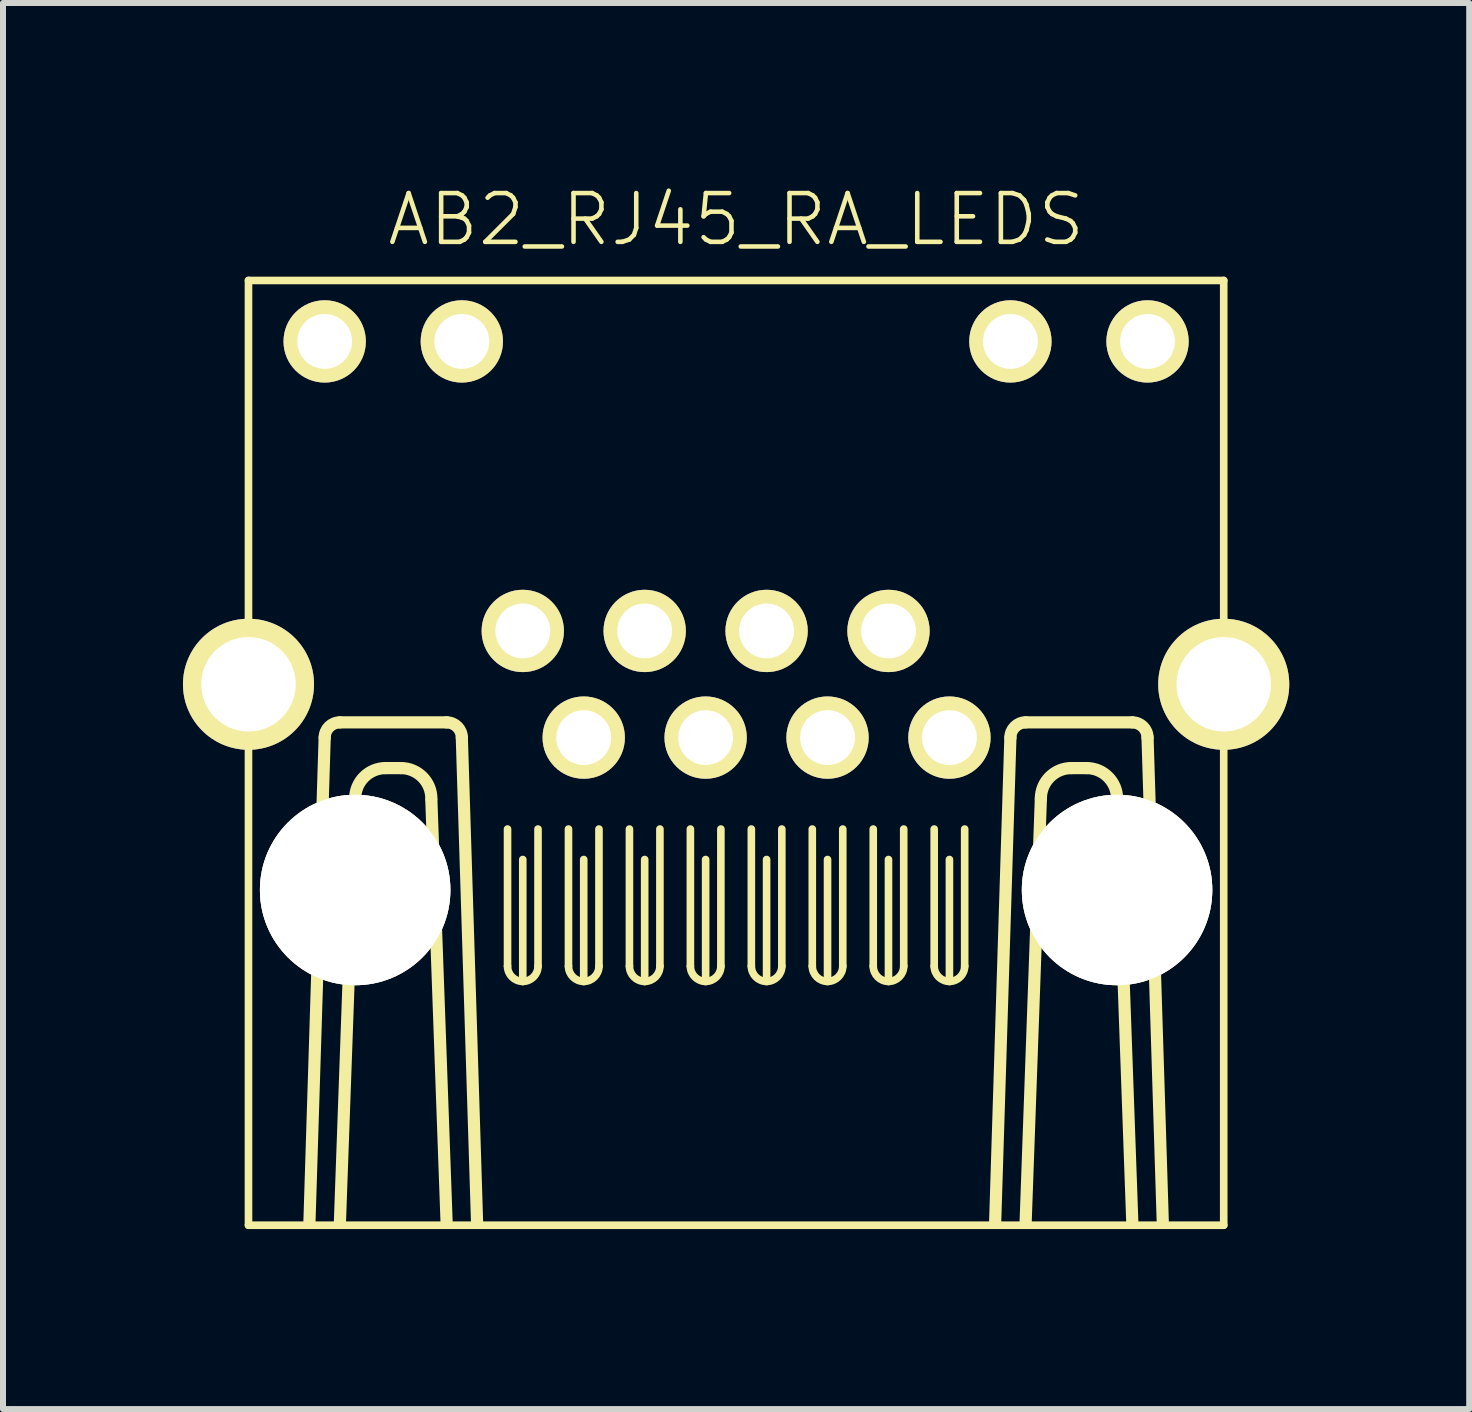
<source format=kicad_pcb>
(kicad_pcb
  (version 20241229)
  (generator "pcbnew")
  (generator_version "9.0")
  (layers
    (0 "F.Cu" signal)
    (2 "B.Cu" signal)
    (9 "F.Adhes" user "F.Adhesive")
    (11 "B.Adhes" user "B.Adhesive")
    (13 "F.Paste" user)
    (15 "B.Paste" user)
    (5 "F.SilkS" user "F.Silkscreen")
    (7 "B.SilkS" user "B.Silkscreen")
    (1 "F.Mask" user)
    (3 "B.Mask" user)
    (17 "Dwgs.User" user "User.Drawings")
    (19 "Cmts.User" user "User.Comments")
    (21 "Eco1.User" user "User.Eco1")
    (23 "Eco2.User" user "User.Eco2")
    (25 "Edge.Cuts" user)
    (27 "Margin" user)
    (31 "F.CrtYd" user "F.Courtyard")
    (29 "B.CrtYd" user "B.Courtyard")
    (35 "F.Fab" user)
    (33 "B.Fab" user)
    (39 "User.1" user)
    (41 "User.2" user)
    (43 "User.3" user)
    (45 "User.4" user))
  (footprint "AB2_RJ45_RA_LEDS"
    (layer "F.Cu")
    (at 9.22 9.499)
    (property "Reference" "AB2_RJ45_RA_LEDS" (at 0 -8.89 0) (layer "F.SilkS") (effects (font (size 0.813 0.813) (thickness 0.076))))
    (attr through_hole)
    (fp_line (start -8.128 -7.874) (end 8.128 -7.874) (stroke (width 0.127) (type solid)) (layer "F.SilkS"))
    (fp_line (start -8.128 7.874) (end -8.128 -7.874) (stroke (width 0.127) (type solid)) (layer "F.SilkS"))
    (fp_line (start -7.112 7.823) (end -6.858 -0.254) (stroke (width 0.203) (type solid)) (layer "F.SilkS"))
    (fp_line (start -6.604 -0.508) (end -4.826 -0.508) (stroke (width 0.203) (type solid)) (layer "F.SilkS"))
    (fp_line (start -6.35 0.762) (end -6.604 7.823) (stroke (width 0.203) (type solid)) (layer "F.SilkS"))
    (fp_line (start -5.842 0.254) (end -5.588 0.254) (stroke (width 0.203) (type solid)) (layer "F.SilkS"))
    (fp_line (start -4.826 7.823) (end -5.08 0.787) (stroke (width 0.203) (type solid)) (layer "F.SilkS"))
    (fp_line (start -4.572 -0.254) (end -4.318 7.823) (stroke (width 0.203) (type solid)) (layer "F.SilkS"))
    (fp_line (start -3.81 1.27) (end -3.81 3.556) (stroke (width 0.127) (type solid)) (layer "F.SilkS"))
    (fp_line (start -3.556 3.81) (end -3.556 1.778) (stroke (width 0.127) (type solid)) (layer "F.SilkS"))
    (fp_line (start -3.302 3.556) (end -3.302 1.27) (stroke (width 0.127) (type solid)) (layer "F.SilkS"))
    (fp_line (start -2.794 1.27) (end -2.794 3.556) (stroke (width 0.127) (type solid)) (layer "F.SilkS"))
    (fp_line (start -2.54 3.81) (end -2.54 1.778) (stroke (width 0.127) (type solid)) (layer "F.SilkS"))
    (fp_line (start -2.286 3.556) (end -2.286 1.27) (stroke (width 0.127) (type solid)) (layer "F.SilkS"))
    (fp_line (start -1.778 1.27) (end -1.778 3.556) (stroke (width 0.127) (type solid)) (layer "F.SilkS"))
    (fp_line (start -1.524 3.81) (end -1.524 1.778) (stroke (width 0.127) (type solid)) (layer "F.SilkS"))
    (fp_line (start -1.27 3.556) (end -1.27 1.27) (stroke (width 0.127) (type solid)) (layer "F.SilkS"))
    (fp_line (start -0.762 1.27) (end -0.762 3.556) (stroke (width 0.127) (type solid)) (layer "F.SilkS"))
    (fp_line (start -0.508 3.81) (end -0.508 1.778) (stroke (width 0.127) (type solid)) (layer "F.SilkS"))
    (fp_line (start -0.254 3.556) (end -0.254 1.27) (stroke (width 0.127) (type solid)) (layer "F.SilkS"))
    (fp_line (start 0.254 1.27) (end 0.254 3.556) (stroke (width 0.127) (type solid)) (layer "F.SilkS"))
    (fp_line (start 0.508 3.81) (end 0.508 1.778) (stroke (width 0.127) (type solid)) (layer "F.SilkS"))
    (fp_line (start 0.762 3.556) (end 0.762 1.27) (stroke (width 0.127) (type solid)) (layer "F.SilkS"))
    (fp_line (start 1.27 1.27) (end 1.27 3.556) (stroke (width 0.127) (type solid)) (layer "F.SilkS"))
    (fp_line (start 1.524 3.81) (end 1.524 1.778) (stroke (width 0.127) (type solid)) (layer "F.SilkS"))
    (fp_line (start 1.778 3.556) (end 1.778 1.27) (stroke (width 0.127) (type solid)) (layer "F.SilkS"))
    (fp_line (start 2.286 1.27) (end 2.286 3.556) (stroke (width 0.127) (type solid)) (layer "F.SilkS"))
    (fp_line (start 2.54 3.81) (end 2.54 1.778) (stroke (width 0.127) (type solid)) (layer "F.SilkS"))
    (fp_line (start 2.794 3.556) (end 2.794 1.27) (stroke (width 0.127) (type solid)) (layer "F.SilkS"))
    (fp_line (start 3.302 1.27) (end 3.302 3.556) (stroke (width 0.127) (type solid)) (layer "F.SilkS"))
    (fp_line (start 3.556 3.81) (end 3.556 1.778) (stroke (width 0.127) (type solid)) (layer "F.SilkS"))
    (fp_line (start 3.81 3.556) (end 3.81 1.27) (stroke (width 0.127) (type solid)) (layer "F.SilkS"))
    (fp_line (start 4.318 7.823) (end 4.572 -0.254) (stroke (width 0.203) (type solid)) (layer "F.SilkS"))
    (fp_line (start 4.826 7.823) (end 5.08 0.762) (stroke (width 0.203) (type solid)) (layer "F.SilkS"))
    (fp_line (start 5.588 0.254) (end 5.842 0.254) (stroke (width 0.203) (type solid)) (layer "F.SilkS"))
    (fp_line (start 6.35 0.762) (end 6.604 7.823) (stroke (width 0.203) (type solid)) (layer "F.SilkS"))
    (fp_line (start 6.604 -0.508) (end 4.826 -0.508) (stroke (width 0.203) (type solid)) (layer "F.SilkS"))
    (fp_line (start 7.112 7.823) (end 6.858 -0.254) (stroke (width 0.203) (type solid)) (layer "F.SilkS"))
    (fp_line (start 8.128 -7.874) (end 8.128 7.874) (stroke (width 0.127) (type solid)) (layer "F.SilkS"))
    (fp_line (start 8.128 7.874) (end -8.128 7.874) (stroke (width 0.127) (type solid)) (layer "F.SilkS"))
    (fp_arc (start -6.858 -0.254) (mid -6.783605 -0.433605) (end -6.604 -0.508) (stroke (width 0.2032) (type solid)) (layer "F.SilkS"))
    (fp_arc (start -6.35 0.762) (mid -6.20121 0.40279) (end -5.842 0.254) (stroke (width 0.2032) (type solid)) (layer "F.SilkS"))
    (fp_arc (start -5.588 0.254) (mid -5.22879 0.40279) (end -5.08 0.762) (stroke (width 0.2032) (type solid)) (layer "F.SilkS"))
    (fp_arc (start -4.826 -0.508) (mid -4.646395 -0.433605) (end -4.572 -0.254) (stroke (width 0.2032) (type solid)) (layer "F.SilkS"))
    (fp_arc (start -3.556 3.81) (mid -3.735605 3.735605) (end -3.81 3.556) (stroke (width 0.127) (type solid)) (layer "F.SilkS"))
    (fp_arc (start -3.302 3.556) (mid -3.376395 3.735605) (end -3.556 3.81) (stroke (width 0.127) (type solid)) (layer "F.SilkS"))
    (fp_arc (start -2.54 3.81) (mid -2.719605 3.735605) (end -2.794 3.556) (stroke (width 0.127) (type solid)) (layer "F.SilkS"))
    (fp_arc (start -2.286 3.556) (mid -2.360395 3.735605) (end -2.54 3.81) (stroke (width 0.127) (type solid)) (layer "F.SilkS"))
    (fp_arc (start -1.524 3.81) (mid -1.703605 3.735605) (end -1.778 3.556) (stroke (width 0.127) (type solid)) (layer "F.SilkS"))
    (fp_arc (start -1.27 3.556) (mid -1.344395 3.735605) (end -1.524 3.81) (stroke (width 0.127) (type solid)) (layer "F.SilkS"))
    (fp_arc (start -0.508 3.81) (mid -0.687605 3.735605) (end -0.762 3.556) (stroke (width 0.127) (type solid)) (layer "F.SilkS"))
    (fp_arc (start -0.254 3.556) (mid -0.328395 3.735605) (end -0.508 3.81) (stroke (width 0.127) (type solid)) (layer "F.SilkS"))
    (fp_arc (start 0.508 3.81) (mid 0.328395 3.735605) (end 0.254 3.556) (stroke (width 0.127) (type solid)) (layer "F.SilkS"))
    (fp_arc (start 0.762 3.556) (mid 0.687605 3.735605) (end 0.508 3.81) (stroke (width 0.127) (type solid)) (layer "F.SilkS"))
    (fp_arc (start 1.524 3.81) (mid 1.344395 3.735605) (end 1.27 3.556) (stroke (width 0.127) (type solid)) (layer "F.SilkS"))
    (fp_arc (start 1.778 3.556) (mid 1.703605 3.735605) (end 1.524 3.81) (stroke (width 0.127) (type solid)) (layer "F.SilkS"))
    (fp_arc (start 2.54 3.81) (mid 2.360395 3.735605) (end 2.286 3.556) (stroke (width 0.127) (type solid)) (layer "F.SilkS"))
    (fp_arc (start 2.794 3.556) (mid 2.719605 3.735605) (end 2.54 3.81) (stroke (width 0.127) (type solid)) (layer "F.SilkS"))
    (fp_arc (start 3.556 3.81) (mid 3.376395 3.735605) (end 3.302 3.556) (stroke (width 0.127) (type solid)) (layer "F.SilkS"))
    (fp_arc (start 3.81 3.556) (mid 3.735605 3.735605) (end 3.556 3.81) (stroke (width 0.127) (type solid)) (layer "F.SilkS"))
    (fp_arc (start 4.572 -0.254) (mid 4.646395 -0.433605) (end 4.826 -0.508) (stroke (width 0.2032) (type solid)) (layer "F.SilkS"))
    (fp_arc (start 5.08 0.762) (mid 5.22879 0.40279) (end 5.588 0.254) (stroke (width 0.2032) (type solid)) (layer "F.SilkS"))
    (fp_arc (start 5.842 0.254) (mid 6.20121 0.40279) (end 6.35 0.762) (stroke (width 0.2032) (type solid)) (layer "F.SilkS"))
    (fp_arc (start 6.604 -0.508) (mid 6.783605 -0.433605) (end 6.858 -0.254) (stroke (width 0.2032) (type solid)) (layer "F.SilkS"))
    (pad "" thru_hole circle (at -6.35 2.286) (size 3.175 3.175) (drill 3.175) (layers "*.Cu" "*.Mask" "F.SilkS"))
    (pad "" thru_hole circle (at 6.35 2.286) (size 3.175 3.175) (drill 3.175) (layers "*.Cu" "*.Mask" "F.SilkS"))
    (pad "1" thru_hole circle (at 3.556 -0.254) (size 1.372 1.372) (drill 0.914) (layers "*.Cu" "*.Mask" "F.SilkS"))
    (pad "2" thru_hole circle (at 2.54 -2.032) (size 1.372 1.372) (drill 0.914) (layers "*.Cu" "*.Mask" "F.SilkS"))
    (pad "3" thru_hole circle (at 1.524 -0.254) (size 1.372 1.372) (drill 0.914) (layers "*.Cu" "*.Mask" "F.SilkS"))
    (pad "4" thru_hole circle (at 0.508 -2.032) (size 1.372 1.372) (drill 0.914) (layers "*.Cu" "*.Mask" "F.SilkS"))
    (pad "5" thru_hole circle (at -0.508 -0.254) (size 1.372 1.372) (drill 0.914) (layers "*.Cu" "*.Mask" "F.SilkS"))
    (pad "6" thru_hole circle (at -1.524 -2.032) (size 1.372 1.372) (drill 0.914) (layers "*.Cu" "*.Mask" "F.SilkS"))
    (pad "7" thru_hole circle (at -2.54 -0.254) (size 1.372 1.372) (drill 0.914) (layers "*.Cu" "*.Mask" "F.SilkS"))
    (pad "8" thru_hole circle (at -3.556 -2.032) (size 1.372 1.372) (drill 0.914) (layers "*.Cu" "*.Mask" "F.SilkS"))
    (pad "9" thru_hole circle (at -6.858 -6.858) (size 1.372 1.372) (drill 0.914) (layers "*.Cu" "*.Mask" "F.SilkS"))
    (pad "10" thru_hole circle (at -4.572 -6.858) (size 1.372 1.372) (drill 0.914) (layers "*.Cu" "*.Mask" "F.SilkS"))
    (pad "11" thru_hole circle (at 4.572 -6.858) (size 1.372 1.372) (drill 0.914) (layers "*.Cu" "*.Mask" "F.SilkS"))
    (pad "12" thru_hole circle (at 6.858 -6.858) (size 1.372 1.372) (drill 0.914) (layers "*.Cu" "*.Mask" "F.SilkS"))
    (pad "13" thru_hole circle (at -8.128 -1.143) (size 2.184 2.184) (drill 1.575) (layers "*.Cu" "*.Mask" "F.SilkS"))
    (pad "13" thru_hole circle (at 8.128 -1.143) (size 2.184 2.184) (drill 1.575) (layers "*.Cu" "*.Mask" "F.SilkS")))
  (gr_rect
    (start -3 -3)
    (end 21.44 20.437)
    (stroke (width 0.1) (type default))
    (fill no)
    (layer "Edge.Cuts")))
</source>
